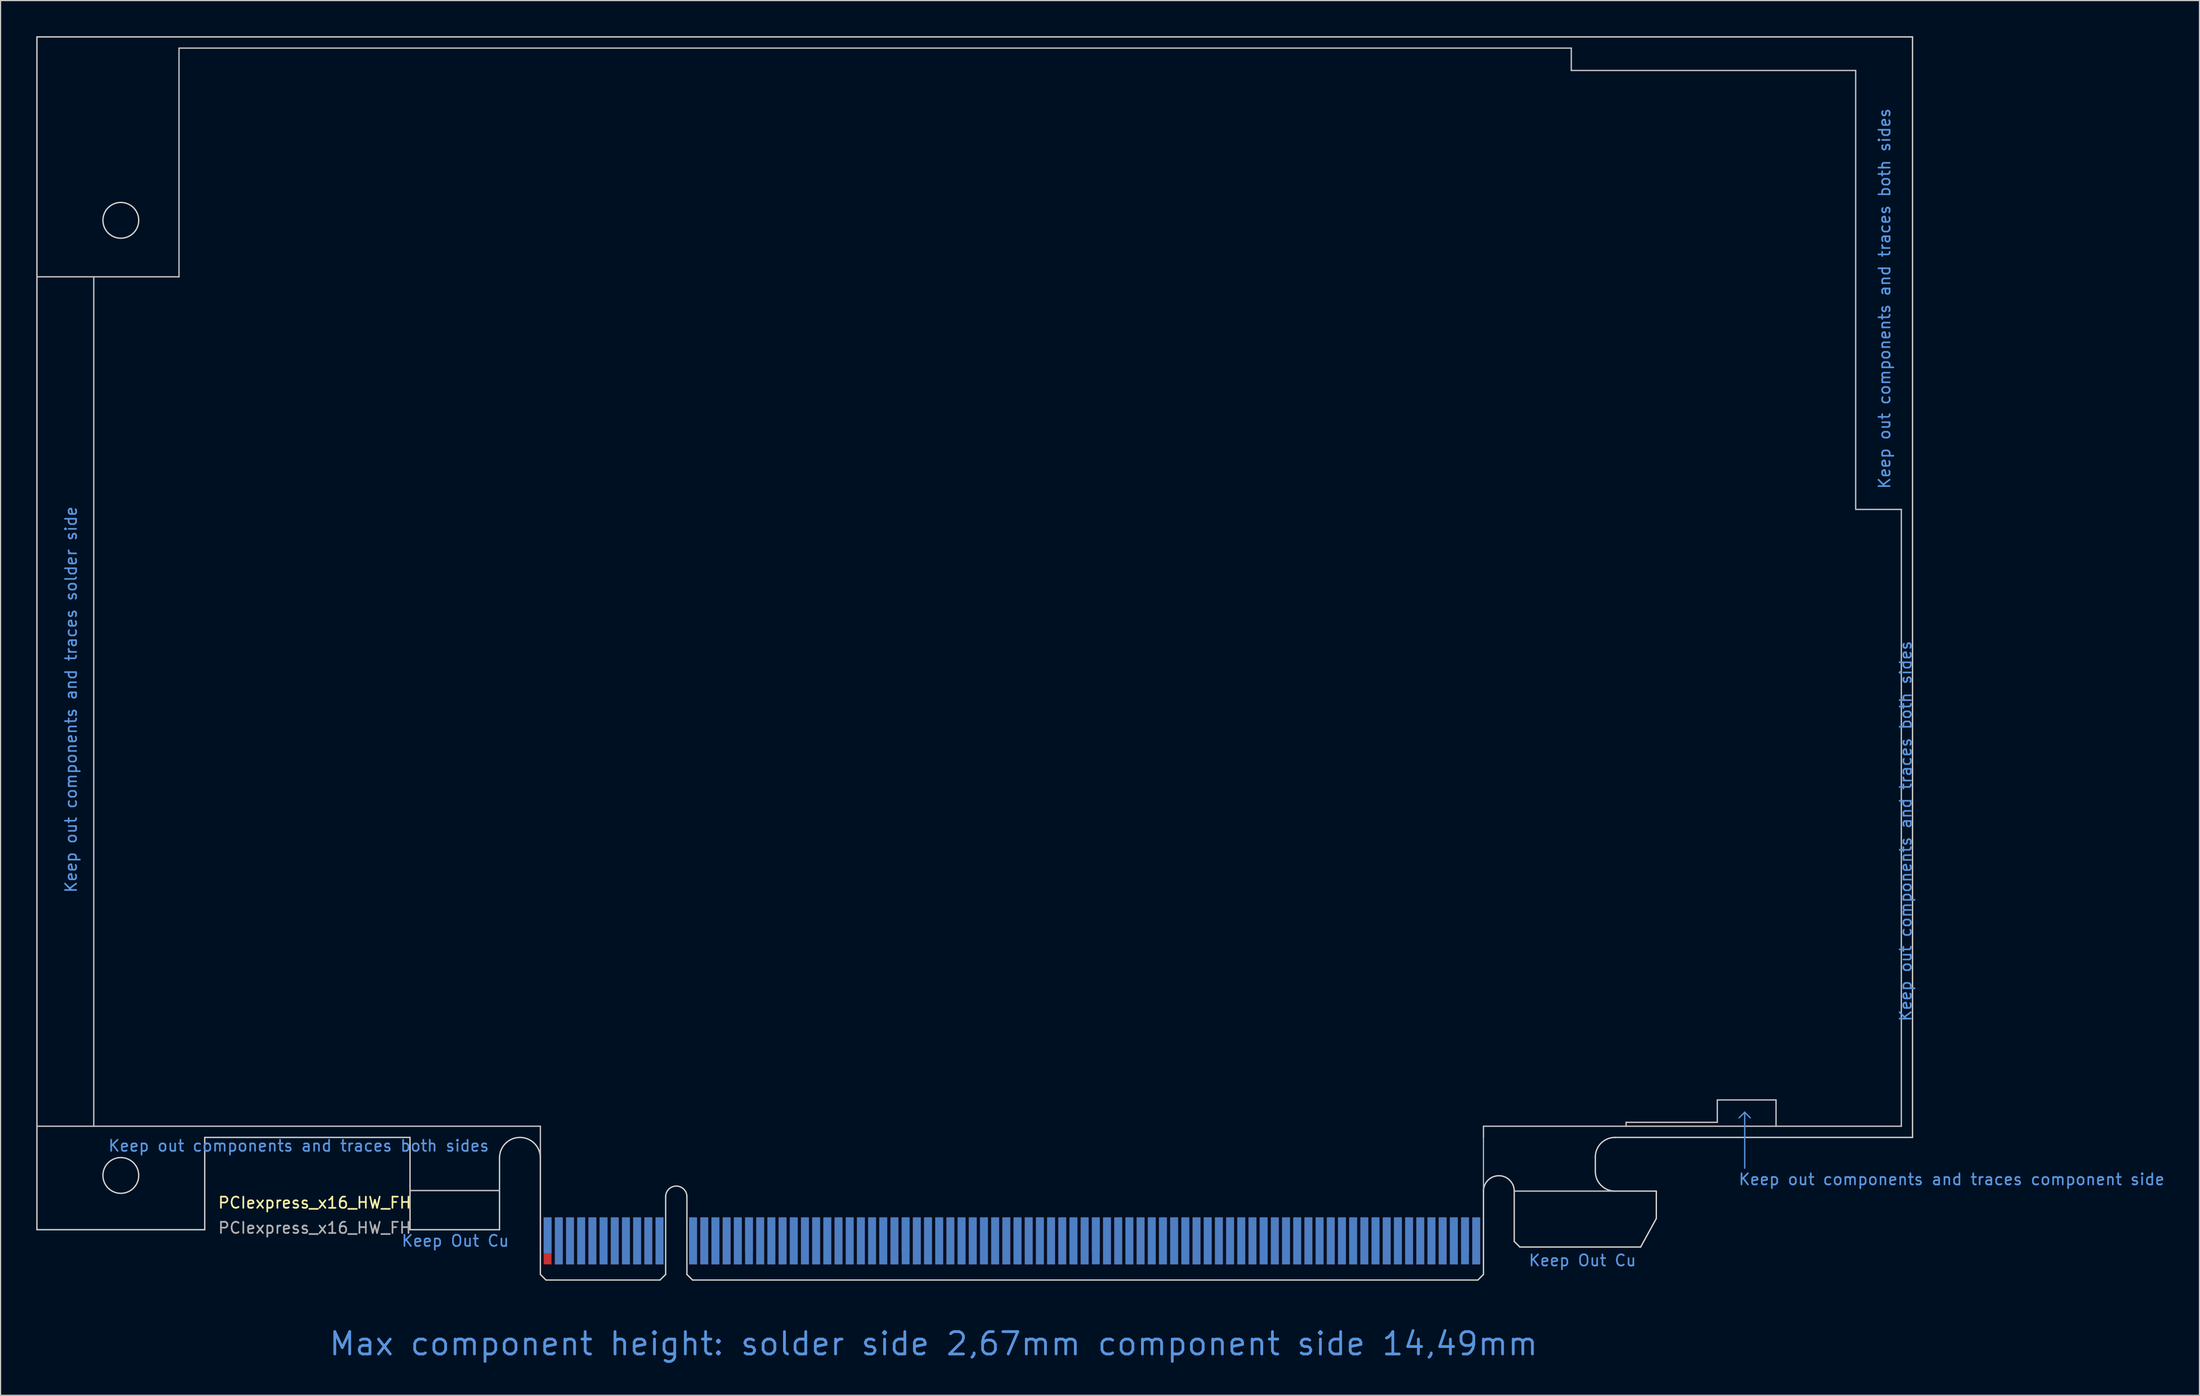
<source format=kicad_pcb>
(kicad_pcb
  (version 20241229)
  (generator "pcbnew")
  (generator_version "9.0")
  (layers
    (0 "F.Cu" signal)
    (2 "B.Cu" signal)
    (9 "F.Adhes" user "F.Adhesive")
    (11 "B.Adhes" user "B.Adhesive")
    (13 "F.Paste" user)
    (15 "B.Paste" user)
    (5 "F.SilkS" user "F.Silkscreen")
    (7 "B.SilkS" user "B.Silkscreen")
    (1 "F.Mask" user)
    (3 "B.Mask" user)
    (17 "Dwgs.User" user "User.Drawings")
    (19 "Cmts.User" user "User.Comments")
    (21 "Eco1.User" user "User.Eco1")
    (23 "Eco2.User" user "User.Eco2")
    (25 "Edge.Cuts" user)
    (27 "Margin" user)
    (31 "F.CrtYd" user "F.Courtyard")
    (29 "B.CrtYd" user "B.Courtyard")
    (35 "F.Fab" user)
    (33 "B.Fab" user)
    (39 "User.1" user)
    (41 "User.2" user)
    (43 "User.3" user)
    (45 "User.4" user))
  (footprint "PCIexpress_x16_HW_FH"
    (layer "F.Cu")
    (at 0.25 0.25)
    (property "Reference" "PCIexpress_x16_HW_FH" (at 24.83 104.24 0) (layer "F.SilkS") (effects (font (size 1 1) (thickness 0.15))))
    (attr exclude_from_pos_files exclude_from_bom)
    (fp_poly (pts (xy 33.35 106.65) (xy 33.35 103.15) (xy 41.35 103.15) (xy 41.35 106.65)) (stroke (width 0) (type solid)) (fill yes) (layer "F.Mask"))
    (fp_poly (pts (xy 44.9 105.65) (xy 129.4 105.65) (xy 129.4 111.15) (xy 44.9 111.15)) (stroke (width 0.2) (type solid)) (fill yes) (layer "F.Mask"))
    (fp_poly (pts (xy 132.05 103.2) (xy 144.75 103.2) (xy 144.75 105.65) (xy 143.35 108.2) (xy 132.55 108.2) (xy 132.05 107.7)) (stroke (width 0) (type solid)) (fill yes) (layer "F.Mask"))
    (fp_poly (pts (xy 33.35 106.65) (xy 33.35 103.15) (xy 41.35 103.15) (xy 41.35 106.65)) (stroke (width 0) (type solid)) (fill yes) (layer "B.Mask"))
    (fp_poly (pts (xy 44.9 105.65) (xy 129.4 105.65) (xy 129.4 111.15) (xy 44.9 111.15)) (stroke (width 0.2) (type solid)) (fill yes) (layer "B.Mask"))
    (fp_poly (pts (xy 132.05 103.2) (xy 144.75 103.2) (xy 144.75 105.65) (xy 143.35 108.2) (xy 132.55 108.2) (xy 132.05 107.7)) (stroke (width 0) (type solid)) (fill yes) (layer "B.Mask"))
    (fp_line (start 0 21.45) (end 12.7 21.45) (stroke (width 0.12) (type solid)) (layer "Dwgs.User"))
    (fp_line (start 5.08 97.4) (end 5.08 21.45) (stroke (width 0.12) (type solid)) (layer "Dwgs.User"))
    (fp_line (start 12.7 1) (end 12.7 21.45) (stroke (width 0.12) (type solid)) (layer "Dwgs.User"))
    (fp_line (start 12.7 1) (end 137.15 1) (stroke (width 0.12) (type solid)) (layer "Dwgs.User"))
    (fp_line (start 33.35 103.15) (end 41.35 103.15) (stroke (width 0.12) (type solid)) (layer "Dwgs.User"))
    (fp_line (start 45 97.4) (end 0 97.4) (stroke (width 0.12) (type solid)) (layer "Dwgs.User"))
    (fp_line (start 45 100.225) (end 45 97.4) (stroke (width 0.12) (type solid)) (layer "Dwgs.User"))
    (fp_line (start 129.3 97.4) (end 166.65 97.4) (stroke (width 0.12) (type solid)) (layer "Dwgs.User"))
    (fp_line (start 129.3 98.4) (end 129.3 97.4) (stroke (width 0.12) (type solid)) (layer "Dwgs.User"))
    (fp_line (start 129.3 98.4) (end 129.3 103.15) (stroke (width 0.1) (type default)) (layer "Dwgs.User"))
    (fp_line (start 137.15 1) (end 137.15 3) (stroke (width 0.12) (type solid)) (layer "Dwgs.User"))
    (fp_line (start 137.15 3) (end 162.57 3) (stroke (width 0.12) (type solid)) (layer "Dwgs.User"))
    (fp_line (start 141.05 103.2) (end 132.05 103.2) (stroke (width 0.12) (type solid)) (layer "Dwgs.User"))
    (fp_line (start 142.05 97.05) (end 142.05 97.4) (stroke (width 0.12) (type solid)) (layer "Dwgs.User"))
    (fp_line (start 142.05 97.05) (end 150.2 97.05) (stroke (width 0.12) (type solid)) (layer "Dwgs.User"))
    (fp_line (start 150.2 95.05) (end 155.45 95.05) (stroke (width 0.12) (type solid)) (layer "Dwgs.User"))
    (fp_line (start 150.2 97.05) (end 150.2 95.05) (stroke (width 0.12) (type solid)) (layer "Dwgs.User"))
    (fp_line (start 155.45 95.05) (end 155.45 97.4) (stroke (width 0.12) (type solid)) (layer "Dwgs.User"))
    (fp_line (start 162.57 3) (end 162.57 42.25) (stroke (width 0.12) (type solid)) (layer "Dwgs.User"))
    (fp_line (start 162.65 42.25) (end 166.65 42.25) (stroke (width 0.12) (type solid)) (layer "Dwgs.User"))
    (fp_line (start 166.65 42.25) (end 166.65 97.4) (stroke (width 0.12) (type solid)) (layer "Dwgs.User"))
    (fp_line (start 152.65 96.15) (end 152.15 96.65) (stroke (width 0.12) (type solid)) (layer "Cmts.User"))
    (fp_line (start 152.65 96.15) (end 153.15 96.65) (stroke (width 0.12) (type solid)) (layer "Cmts.User"))
    (fp_line (start 152.65 101.15) (end 152.65 96.15) (stroke (width 0.12) (type solid)) (layer "Cmts.User"))
    (fp_line (start 0 0) (end 0 106.65) (stroke (width 0.12) (type solid)) (layer "Edge.Cuts"))
    (fp_line (start 0 0) (end 167.65 0) (stroke (width 0.12) (type solid)) (layer "Edge.Cuts"))
    (fp_line (start 15 98.4) (end 33.35 98.4) (stroke (width 0.12) (type solid)) (layer "Edge.Cuts"))
    (fp_line (start 15 106.65) (end 0 106.65) (stroke (width 0.12) (type solid)) (layer "Edge.Cuts"))
    (fp_line (start 15 106.65) (end 15 98.4) (stroke (width 0.12) (type solid)) (layer "Edge.Cuts"))
    (fp_line (start 33.35 106.65) (end 33.35 98.4) (stroke (width 0.12) (type solid)) (layer "Edge.Cuts"))
    (fp_line (start 33.35 106.65) (end 41.35 106.65) (stroke (width 0.12) (type solid)) (layer "Edge.Cuts"))
    (fp_line (start 41.35 106.65) (end 41.35 100.225) (stroke (width 0.12) (type solid)) (layer "Edge.Cuts"))
    (fp_line (start 45 110.65) (end 45 100.225) (stroke (width 0.12) (type solid)) (layer "Edge.Cuts"))
    (fp_line (start 45 110.65) (end 45.5 111.15) (stroke (width 0.12) (type solid)) (layer "Edge.Cuts"))
    (fp_line (start 45.5 111.15) (end 55.7 111.15) (stroke (width 0.12) (type solid)) (layer "Edge.Cuts"))
    (fp_line (start 56.2 103.7) (end 56.2 110.65) (stroke (width 0.12) (type solid)) (layer "Edge.Cuts"))
    (fp_line (start 56.2 110.65) (end 55.7 111.15) (stroke (width 0.12) (type solid)) (layer "Edge.Cuts"))
    (fp_line (start 58.1 103.7) (end 58.1 110.65) (stroke (width 0.12) (type solid)) (layer "Edge.Cuts"))
    (fp_line (start 58.1 110.65) (end 58.6 111.15) (stroke (width 0.12) (type solid)) (layer "Edge.Cuts"))
    (fp_line (start 58.6 111.15) (end 128.8 111.15) (stroke (width 0.12) (type solid)) (layer "Edge.Cuts"))
    (fp_line (start 129.3 110.65) (end 128.8 111.15) (stroke (width 0.12) (type solid)) (layer "Edge.Cuts"))
    (fp_line (start 129.3 110.65) (end 129.3 103.2) (stroke (width 0.12) (type solid)) (layer "Edge.Cuts"))
    (fp_line (start 132.05 107.7) (end 132.05 103.2) (stroke (width 0.12) (type solid)) (layer "Edge.Cuts"))
    (fp_line (start 132.05 107.7) (end 132.55 108.2) (stroke (width 0.12) (type solid)) (layer "Edge.Cuts"))
    (fp_line (start 132.55 108.2) (end 143.35 108.2) (stroke (width 0.12) (type solid)) (layer "Edge.Cuts"))
    (fp_line (start 139.3 100.15) (end 139.3 101.45) (stroke (width 0.12) (type solid)) (layer "Edge.Cuts"))
    (fp_line (start 141.047 98.4) (end 167.65 98.4) (stroke (width 0.12) (type solid)) (layer "Edge.Cuts"))
    (fp_line (start 141.05 103.2) (end 144.75 103.2) (stroke (width 0.12) (type solid)) (layer "Edge.Cuts"))
    (fp_line (start 143.35 108.2) (end 144.75 105.65) (stroke (width 0.12) (type solid)) (layer "Edge.Cuts"))
    (fp_line (start 144.75 105.65) (end 144.75 103.2) (stroke (width 0.12) (type solid)) (layer "Edge.Cuts"))
    (fp_line (start 167.65 0) (end 167.65 98.4) (stroke (width 0.12) (type solid)) (layer "Edge.Cuts"))
    (fp_arc (start 41.35 100.225) (mid 43.175 98.4) (end 45 100.225) (stroke (width 0.12) (type solid)) (layer "Edge.Cuts"))
    (fp_arc (start 56.2 103.7) (mid 57.15 102.75) (end 58.1 103.7) (stroke (width 0.12) (type solid)) (layer "Edge.Cuts"))
    (fp_arc (start 129.3 103.2) (mid 130.675 101.825) (end 132.05 103.2) (stroke (width 0.12) (type solid)) (layer "Edge.Cuts"))
    (fp_arc (start 139.3 100.15) (mid 139.812563 98.912563) (end 141.05 98.4) (stroke (width 0.12) (type solid)) (layer "Edge.Cuts"))
    (fp_arc (start 141.05 103.2) (mid 139.812563 102.687437) (end 139.3 101.45) (stroke (width 0.12) (type solid)) (layer "Edge.Cuts"))
    (fp_circle (center 7.5 16.4) (end 9.1 16.4) (stroke (width 0.12) (type solid)) (fill no) (layer "Edge.Cuts"))
    (fp_circle (center 7.5 101.8) (end 9.1 101.8) (stroke (width 0.12) (type solid)) (fill no) (layer "Edge.Cuts"))
    (fp_text user "Keep Out Cu" (at 138.15 109.4 0) (layer "Cmts.User") (effects (font (size 1 1) (thickness 0.15))))
    (fp_text user "Keep out components and traces both sides" (at 167.043 71.015 90) (layer "Cmts.User") (effects (font (size 1 1) (thickness 0.15))))
    (fp_text user "Keep out components and traces both sides" (at 23.4 99.15 0) (layer "Cmts.User") (effects (font (size 1 1) (thickness 0.15))))
    (fp_text user "Keep out components and traces both sides" (at 165.15 23.4 90) (layer "Cmts.User") (effects (font (size 1 1) (thickness 0.15))))
    (fp_text user "Keep Out Cu" (at 37.4 107.65 0) (layer "Cmts.User") (effects (font (size 1 1) (thickness 0.15))))
    (fp_text user "Keep out components and traces component side" (at 171.15 102.15 180) (layer "Cmts.User") (effects (font (size 1 1) (thickness 0.15))))
    (fp_text user "Max component height: solder side 2,67mm component side 14,49mm" (at 80.15 116.85 0) (layer "Cmts.User") (effects (font (size 2 2) (thickness 0.25))))
    (fp_text user "Keep out components and traces solder side" (at 3.05 59.25 270) (layer "Cmts.User") (effects (font (size 1 1) (thickness 0.15))))
    (fp_text user "${REFERENCE}" (at 24.83 106.49 0) (layer "F.Fab") (effects (font (size 1 1) (thickness 0.15))))
    (pad "A1" connect rect (at 45.65 107.15) (size 0.7 3.2) (layers "B.Cu"))
    (pad "A2" connect rect (at 46.65 107.65) (size 0.7 4.2) (layers "B.Cu"))
    (pad "A3" connect rect (at 47.65 107.65) (size 0.7 4.2) (layers "B.Cu"))
    (pad "A4" connect rect (at 48.65 107.65) (size 0.7 4.2) (layers "B.Cu"))
    (pad "A5" connect rect (at 49.65 107.65) (size 0.7 4.2) (layers "B.Cu"))
    (pad "A6" connect rect (at 50.65 107.65) (size 0.7 4.2) (layers "B.Cu"))
    (pad "A7" connect rect (at 51.65 107.65) (size 0.7 4.2) (layers "B.Cu"))
    (pad "A8" connect rect (at 52.65 107.65) (size 0.7 4.2) (layers "B.Cu"))
    (pad "A9" connect rect (at 53.65 107.65) (size 0.7 4.2) (layers "B.Cu"))
    (pad "A10" connect rect (at 54.65 107.65) (size 0.7 4.2) (layers "B.Cu"))
    (pad "A11" connect rect (at 55.65 107.65) (size 0.7 4.2) (layers "B.Cu"))
    (pad "A12" connect rect (at 58.65 107.65) (size 0.7 4.2) (layers "B.Cu"))
    (pad "A13" connect rect (at 59.65 107.65) (size 0.7 4.2) (layers "B.Cu"))
    (pad "A14" connect rect (at 60.65 107.65) (size 0.7 4.2) (layers "B.Cu"))
    (pad "A15" connect rect (at 61.65 107.65) (size 0.7 4.2) (layers "B.Cu"))
    (pad "A16" connect rect (at 62.65 107.65) (size 0.7 4.2) (layers "B.Cu"))
    (pad "A17" connect rect (at 63.65 107.65) (size 0.7 4.2) (layers "B.Cu"))
    (pad "A18" connect rect (at 64.65 107.65) (size 0.7 4.2) (layers "B.Cu"))
    (pad "A19" connect rect (at 65.65 107.65) (size 0.7 4.2) (layers "B.Cu"))
    (pad "A20" connect rect (at 66.65 107.65) (size 0.7 4.2) (layers "B.Cu"))
    (pad "A21" connect rect (at 67.65 107.65) (size 0.7 4.2) (layers "B.Cu"))
    (pad "A22" connect rect (at 68.65 107.65) (size 0.7 4.2) (layers "B.Cu"))
    (pad "A23" connect rect (at 69.65 107.65) (size 0.7 4.2) (layers "B.Cu"))
    (pad "A24" connect rect (at 70.65 107.65) (size 0.7 4.2) (layers "B.Cu"))
    (pad "A25" connect rect (at 71.65 107.65) (size 0.7 4.2) (layers "B.Cu"))
    (pad "A26" connect rect (at 72.65 107.65) (size 0.7 4.2) (layers "B.Cu"))
    (pad "A27" connect rect (at 73.65 107.65) (size 0.7 4.2) (layers "B.Cu"))
    (pad "A28" connect rect (at 74.65 107.65) (size 0.7 4.2) (layers "B.Cu"))
    (pad "A29" connect rect (at 75.65 107.65) (size 0.7 4.2) (layers "B.Cu"))
    (pad "A30" connect rect (at 76.65 107.65) (size 0.7 4.2) (layers "B.Cu"))
    (pad "A31" connect rect (at 77.65 107.65) (size 0.7 4.2) (layers "B.Cu"))
    (pad "A32" connect rect (at 78.65 107.65) (size 0.7 4.2) (layers "B.Cu"))
    (pad "A33" connect rect (at 79.65 107.65) (size 0.7 4.2) (layers "B.Cu"))
    (pad "A34" connect rect (at 80.65 107.65) (size 0.7 4.2) (layers "B.Cu"))
    (pad "A35" connect rect (at 81.65 107.65) (size 0.7 4.2) (layers "B.Cu"))
    (pad "A36" connect rect (at 82.65 107.65) (size 0.7 4.2) (layers "B.Cu"))
    (pad "A37" connect rect (at 83.65 107.65) (size 0.7 4.2) (layers "B.Cu"))
    (pad "A38" connect rect (at 84.65 107.65) (size 0.7 4.2) (layers "B.Cu"))
    (pad "A39" connect rect (at 85.65 107.65) (size 0.7 4.2) (layers "B.Cu"))
    (pad "A40" connect rect (at 86.65 107.65) (size 0.7 4.2) (layers "B.Cu"))
    (pad "A41" connect rect (at 87.65 107.65) (size 0.7 4.2) (layers "B.Cu"))
    (pad "A42" connect rect (at 88.65 107.65) (size 0.7 4.2) (layers "B.Cu"))
    (pad "A43" connect rect (at 89.65 107.65) (size 0.7 4.2) (layers "B.Cu"))
    (pad "A44" connect rect (at 90.65 107.65) (size 0.7 4.2) (layers "B.Cu"))
    (pad "A45" connect rect (at 91.65 107.65) (size 0.7 4.2) (layers "B.Cu"))
    (pad "A46" connect rect (at 92.65 107.65) (size 0.7 4.2) (layers "B.Cu"))
    (pad "A47" connect rect (at 93.65 107.65) (size 0.7 4.2) (layers "B.Cu"))
    (pad "A48" connect rect (at 94.65 107.65) (size 0.7 4.2) (layers "B.Cu"))
    (pad "A49" connect rect (at 95.65 107.65) (size 0.7 4.2) (layers "B.Cu"))
    (pad "A50" connect rect (at 96.65 107.65) (size 0.7 4.2) (layers "B.Cu"))
    (pad "A51" connect rect (at 97.65 107.65) (size 0.7 4.2) (layers "B.Cu"))
    (pad "A52" connect rect (at 98.65 107.65) (size 0.7 4.2) (layers "B.Cu"))
    (pad "A53" connect rect (at 99.65 107.65) (size 0.7 4.2) (layers "B.Cu"))
    (pad "A54" connect rect (at 100.65 107.65) (size 0.7 4.2) (layers "B.Cu"))
    (pad "A55" connect rect (at 101.65 107.65) (size 0.7 4.2) (layers "B.Cu"))
    (pad "A56" connect rect (at 102.65 107.65) (size 0.7 4.2) (layers "B.Cu"))
    (pad "A57" connect rect (at 103.65 107.65) (size 0.7 4.2) (layers "B.Cu"))
    (pad "A58" connect rect (at 104.65 107.65) (size 0.7 4.2) (layers "B.Cu"))
    (pad "A59" connect rect (at 105.65 107.65) (size 0.7 4.2) (layers "B.Cu"))
    (pad "A60" connect rect (at 106.65 107.65) (size 0.7 4.2) (layers "B.Cu"))
    (pad "A61" connect rect (at 107.65 107.65) (size 0.7 4.2) (layers "B.Cu"))
    (pad "A62" connect rect (at 108.65 107.65) (size 0.7 4.2) (layers "B.Cu"))
    (pad "A63" connect rect (at 109.65 107.65) (size 0.7 4.2) (layers "B.Cu"))
    (pad "A64" connect rect (at 110.65 107.65) (size 0.7 4.2) (layers "B.Cu"))
    (pad "A65" connect rect (at 111.65 107.65) (size 0.7 4.2) (layers "B.Cu"))
    (pad "A66" connect rect (at 112.65 107.65) (size 0.7 4.2) (layers "B.Cu"))
    (pad "A67" connect rect (at 113.65 107.65) (size 0.7 4.2) (layers "B.Cu"))
    (pad "A68" connect rect (at 114.65 107.65) (size 0.7 4.2) (layers "B.Cu"))
    (pad "A69" connect rect (at 115.65 107.65) (size 0.7 4.2) (layers "B.Cu"))
    (pad "A70" connect rect (at 116.65 107.65) (size 0.7 4.2) (layers "B.Cu"))
    (pad "A71" connect rect (at 117.65 107.65) (size 0.7 4.2) (layers "B.Cu"))
    (pad "A72" connect rect (at 118.65 107.65) (size 0.7 4.2) (layers "B.Cu"))
    (pad "A73" connect rect (at 119.65 107.65) (size 0.7 4.2) (layers "B.Cu"))
    (pad "A74" connect rect (at 120.65 107.65) (size 0.7 4.2) (layers "B.Cu"))
    (pad "A75" connect rect (at 121.65 107.65) (size 0.7 4.2) (layers "B.Cu"))
    (pad "A76" connect rect (at 122.65 107.65) (size 0.7 4.2) (layers "B.Cu"))
    (pad "A77" connect rect (at 123.65 107.65) (size 0.7 4.2) (layers "B.Cu"))
    (pad "A78" connect rect (at 124.65 107.65) (size 0.7 4.2) (layers "B.Cu"))
    (pad "A79" connect rect (at 125.65 107.65) (size 0.7 4.2) (layers "B.Cu"))
    (pad "A80" connect rect (at 126.65 107.65) (size 0.7 4.2) (layers "B.Cu"))
    (pad "A81" connect rect (at 127.65 107.65) (size 0.7 4.2) (layers "B.Cu"))
    (pad "A82" connect rect (at 128.65 107.65) (size 0.7 4.2) (layers "B.Cu"))
    (pad "B1" connect rect (at 45.65 107.65) (size 0.7 4.2) (layers "F.Cu"))
    (pad "B2" connect rect (at 46.65 107.65) (size 0.7 4.2) (layers "F.Cu"))
    (pad "B3" connect rect (at 47.65 107.65) (size 0.7 4.2) (layers "F.Cu"))
    (pad "B4" connect rect (at 48.65 107.65) (size 0.7 4.2) (layers "F.Cu"))
    (pad "B5" connect rect (at 49.65 107.65) (size 0.7 4.2) (layers "F.Cu"))
    (pad "B6" connect rect (at 50.65 107.65) (size 0.7 4.2) (layers "F.Cu"))
    (pad "B7" connect rect (at 51.65 107.65) (size 0.7 4.2) (layers "F.Cu"))
    (pad "B8" connect rect (at 52.65 107.65) (size 0.7 4.2) (layers "F.Cu"))
    (pad "B9" connect rect (at 53.65 107.65) (size 0.7 4.2) (layers "F.Cu"))
    (pad "B10" connect rect (at 54.65 107.65) (size 0.7 4.2) (layers "F.Cu"))
    (pad "B11" connect rect (at 55.65 107.65) (size 0.7 4.2) (layers "F.Cu"))
    (pad "B12" connect rect (at 58.65 107.65) (size 0.7 4.2) (layers "F.Cu"))
    (pad "B13" connect rect (at 59.65 107.65) (size 0.7 4.2) (layers "F.Cu"))
    (pad "B14" connect rect (at 60.65 107.65) (size 0.7 4.2) (layers "F.Cu"))
    (pad "B15" connect rect (at 61.65 107.65) (size 0.7 4.2) (layers "F.Cu"))
    (pad "B16" connect rect (at 62.65 107.65) (size 0.7 4.2) (layers "F.Cu"))
    (pad "B17" connect rect (at 63.65 107.15) (size 0.7 3.2) (layers "F.Cu"))
    (pad "B18" connect rect (at 64.65 107.65) (size 0.7 4.2) (layers "F.Cu"))
    (pad "B19" connect rect (at 65.65 107.65) (size 0.7 4.2) (layers "F.Cu"))
    (pad "B20" connect rect (at 66.65 107.65) (size 0.7 4.2) (layers "F.Cu"))
    (pad "B21" connect rect (at 67.65 107.65) (size 0.7 4.2) (layers "F.Cu"))
    (pad "B22" connect rect (at 68.65 107.65) (size 0.7 4.2) (layers "F.Cu"))
    (pad "B23" connect rect (at 69.65 107.65) (size 0.7 4.2) (layers "F.Cu"))
    (pad "B24" connect rect (at 70.65 107.65) (size 0.7 4.2) (layers "F.Cu"))
    (pad "B25" connect rect (at 71.65 107.65) (size 0.7 4.2) (layers "F.Cu"))
    (pad "B26" connect rect (at 72.65 107.65) (size 0.7 4.2) (layers "F.Cu"))
    (pad "B27" connect rect (at 73.65 107.65) (size 0.7 4.2) (layers "F.Cu"))
    (pad "B28" connect rect (at 74.65 107.65) (size 0.7 4.2) (layers "F.Cu"))
    (pad "B29" connect rect (at 75.65 107.65) (size 0.7 4.2) (layers "F.Cu"))
    (pad "B30" connect rect (at 76.65 107.65) (size 0.7 4.2) (layers "F.Cu"))
    (pad "B31" connect rect (at 77.65 107.15) (size 0.7 3.2) (layers "F.Cu"))
    (pad "B32" connect rect (at 78.65 107.65) (size 0.7 4.2) (layers "F.Cu"))
    (pad "B33" connect rect (at 79.65 107.65) (size 0.7 4.2) (layers "F.Cu"))
    (pad "B34" connect rect (at 80.65 107.65) (size 0.7 4.2) (layers "F.Cu"))
    (pad "B35" connect rect (at 81.65 107.65) (size 0.7 4.2) (layers "F.Cu"))
    (pad "B36" connect rect (at 82.65 107.65) (size 0.7 4.2) (layers "F.Cu"))
    (pad "B37" connect rect (at 83.65 107.65) (size 0.7 4.2) (layers "F.Cu"))
    (pad "B38" connect rect (at 84.65 107.65) (size 0.7 4.2) (layers "F.Cu"))
    (pad "B39" connect rect (at 85.65 107.65) (size 0.7 4.2) (layers "F.Cu"))
    (pad "B40" connect rect (at 86.65 107.65) (size 0.7 4.2) (layers "F.Cu"))
    (pad "B41" connect rect (at 87.65 107.65) (size 0.7 4.2) (layers "F.Cu"))
    (pad "B42" connect rect (at 88.65 107.65) (size 0.7 4.2) (layers "F.Cu"))
    (pad "B43" connect rect (at 89.65 107.65) (size 0.7 4.2) (layers "F.Cu"))
    (pad "B44" connect rect (at 90.65 107.65) (size 0.7 4.2) (layers "F.Cu"))
    (pad "B45" connect rect (at 91.65 107.65) (size 0.7 4.2) (layers "F.Cu"))
    (pad "B46" connect rect (at 92.65 107.65) (size 0.7 4.2) (layers "F.Cu"))
    (pad "B47" connect rect (at 93.65 107.65) (size 0.7 4.2) (layers "F.Cu"))
    (pad "B48" connect rect (at 94.65 107.15) (size 0.7 3.2) (layers "F.Cu"))
    (pad "B49" connect rect (at 95.65 107.65) (size 0.7 4.2) (layers "F.Cu"))
    (pad "B50" connect rect (at 96.65 107.65) (size 0.7 4.2) (layers "F.Cu"))
    (pad "B51" connect rect (at 97.65 107.65) (size 0.7 4.2) (layers "F.Cu"))
    (pad "B52" connect rect (at 98.65 107.65) (size 0.7 4.2) (layers "F.Cu"))
    (pad "B53" connect rect (at 99.65 107.65) (size 0.7 4.2) (layers "F.Cu"))
    (pad "B54" connect rect (at 100.65 107.65) (size 0.7 4.2) (layers "F.Cu"))
    (pad "B55" connect rect (at 101.65 107.65) (size 0.7 4.2) (layers "F.Cu"))
    (pad "B56" connect rect (at 102.65 107.65) (size 0.7 4.2) (layers "F.Cu"))
    (pad "B57" connect rect (at 103.65 107.65) (size 0.7 4.2) (layers "F.Cu"))
    (pad "B58" connect rect (at 104.65 107.65) (size 0.7 4.2) (layers "F.Cu"))
    (pad "B59" connect rect (at 105.65 107.65) (size 0.7 4.2) (layers "F.Cu"))
    (pad "B60" connect rect (at 106.65 107.65) (size 0.7 4.2) (layers "F.Cu"))
    (pad "B61" connect rect (at 107.65 107.65) (size 0.7 4.2) (layers "F.Cu"))
    (pad "B62" connect rect (at 108.65 107.65) (size 0.7 4.2) (layers "F.Cu"))
    (pad "B63" connect rect (at 109.65 107.65) (size 0.7 4.2) (layers "F.Cu"))
    (pad "B64" connect rect (at 110.65 107.65) (size 0.7 4.2) (layers "F.Cu"))
    (pad "B65" connect rect (at 111.65 107.65) (size 0.7 4.2) (layers "F.Cu"))
    (pad "B66" connect rect (at 112.65 107.65) (size 0.7 4.2) (layers "F.Cu"))
    (pad "B67" connect rect (at 113.65 107.65) (size 0.7 4.2) (layers "F.Cu"))
    (pad "B68" connect rect (at 114.65 107.65) (size 0.7 4.2) (layers "F.Cu"))
    (pad "B69" connect rect (at 115.65 107.65) (size 0.7 4.2) (layers "F.Cu"))
    (pad "B70" connect rect (at 116.65 107.65) (size 0.7 4.2) (layers "F.Cu"))
    (pad "B71" connect rect (at 117.65 107.65) (size 0.7 4.2) (layers "F.Cu"))
    (pad "B72" connect rect (at 118.65 107.65) (size 0.7 4.2) (layers "F.Cu"))
    (pad "B73" connect rect (at 119.65 107.65) (size 0.7 4.2) (layers "F.Cu"))
    (pad "B74" connect rect (at 120.65 107.65) (size 0.7 4.2) (layers "F.Cu"))
    (pad "B75" connect rect (at 121.65 107.65) (size 0.7 4.2) (layers "F.Cu"))
    (pad "B76" connect rect (at 122.65 107.65) (size 0.7 4.2) (layers "F.Cu"))
    (pad "B77" connect rect (at 123.65 107.65) (size 0.7 4.2) (layers "F.Cu"))
    (pad "B78" connect rect (at 124.65 107.65) (size 0.7 4.2) (layers "F.Cu"))
    (pad "B79" connect rect (at 125.65 107.65) (size 0.7 4.2) (layers "F.Cu"))
    (pad "B80" connect rect (at 126.65 107.65) (size 0.7 4.2) (layers "F.Cu"))
    (pad "B81" connect rect (at 127.65 107.15) (size 0.7 3.2) (layers "F.Cu"))
    (pad "B82" connect rect (at 128.65 107.65) (size 0.7 4.2) (layers "F.Cu")))
  (gr_rect
    (start -3 -3)
    (end 193.549 121.709)
    (stroke (width 0.1) (type default))
    (fill no)
    (layer "Edge.Cuts")))
</source>
